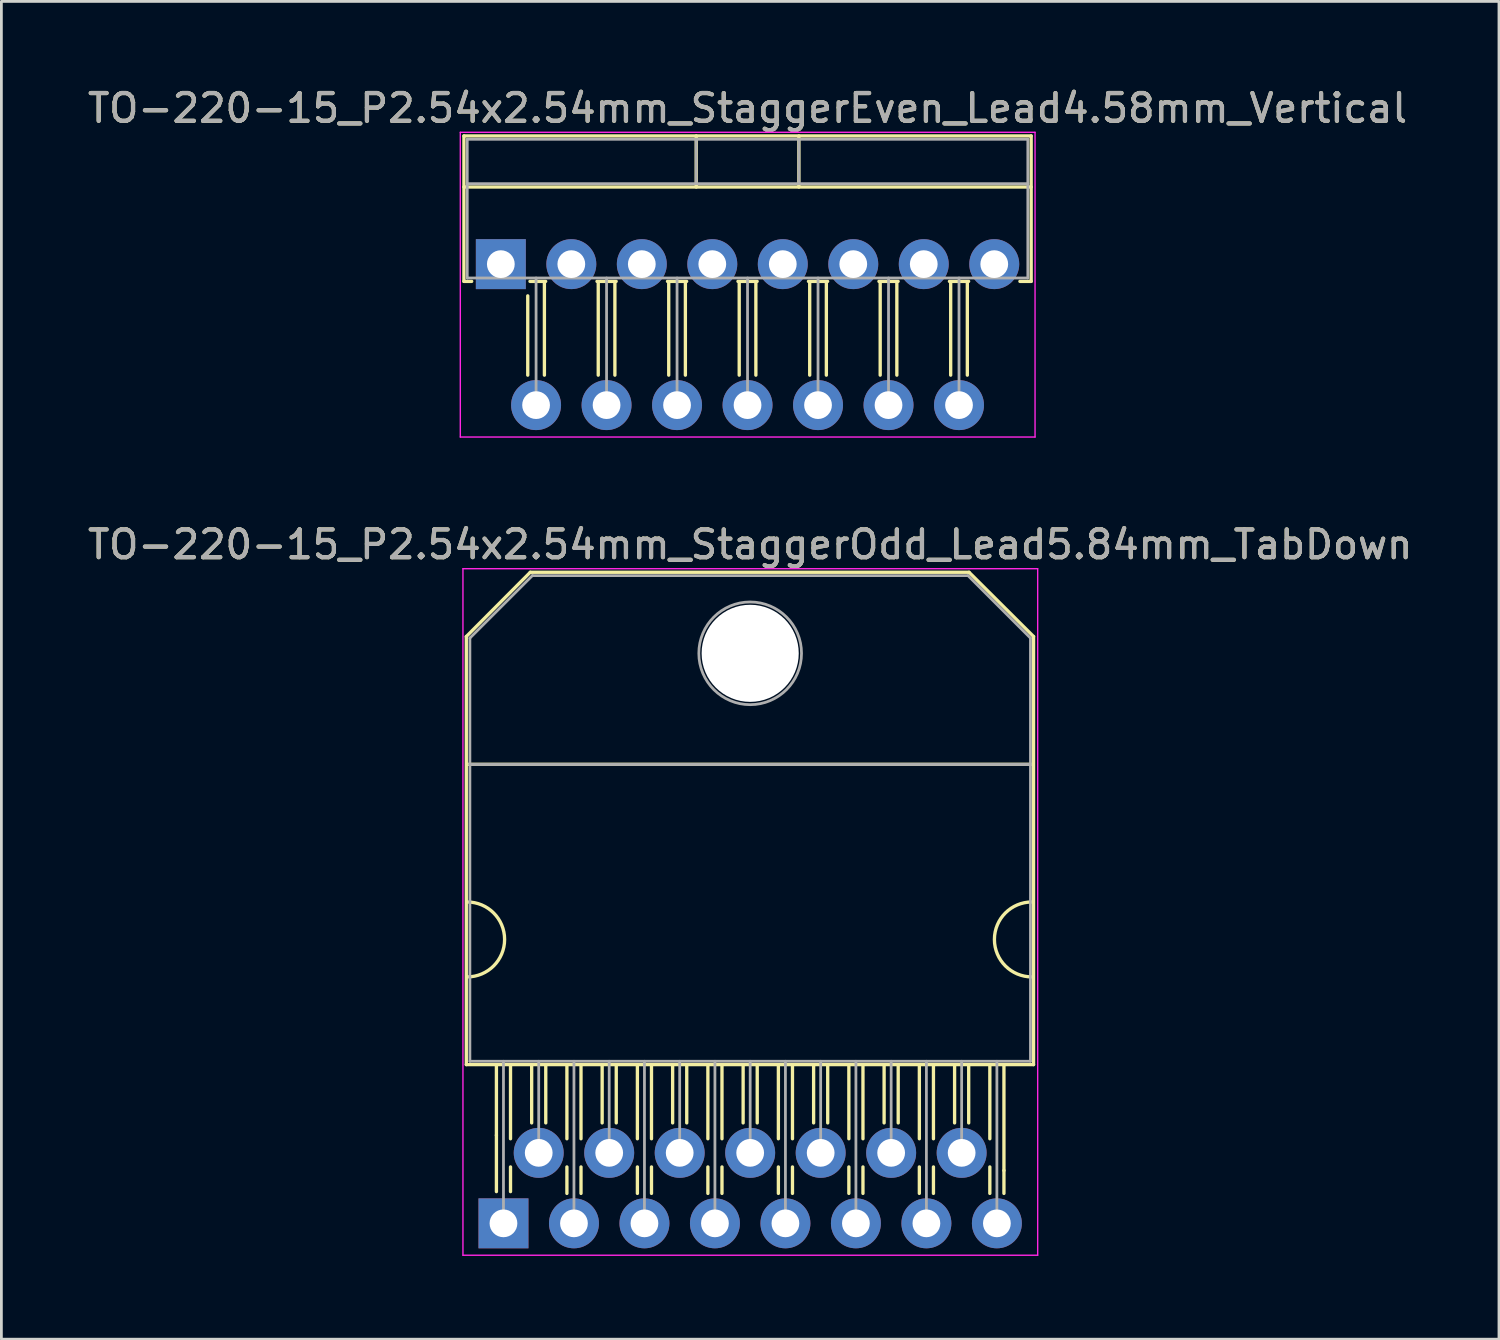
<source format=kicad_pcb>
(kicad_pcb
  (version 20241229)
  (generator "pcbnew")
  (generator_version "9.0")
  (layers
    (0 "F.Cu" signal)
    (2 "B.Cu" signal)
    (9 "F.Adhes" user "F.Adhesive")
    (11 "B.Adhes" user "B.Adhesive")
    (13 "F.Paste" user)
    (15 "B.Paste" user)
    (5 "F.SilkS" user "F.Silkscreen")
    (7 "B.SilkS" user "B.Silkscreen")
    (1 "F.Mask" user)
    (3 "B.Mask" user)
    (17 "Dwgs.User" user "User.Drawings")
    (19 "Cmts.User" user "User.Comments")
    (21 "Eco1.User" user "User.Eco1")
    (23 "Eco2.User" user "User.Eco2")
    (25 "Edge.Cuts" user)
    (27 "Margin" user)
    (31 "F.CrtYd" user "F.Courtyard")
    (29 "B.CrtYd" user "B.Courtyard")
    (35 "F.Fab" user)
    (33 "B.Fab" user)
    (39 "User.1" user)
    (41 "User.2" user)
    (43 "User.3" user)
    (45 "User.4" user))
  (footprint "TO-220-15_P2.54x2.54mm_StaggerEven_Lead4.58mm_Vertical"
    (layer "F.Cu")
    (at 14.997 6.468)
    (property "Reference" "TO-220-15_P2.54x2.54mm_StaggerEven_Lead4.58mm_Vertical" (at 8.89 -5.62 0) (layer "F.SilkS") (effects (font (size 1 1) (thickness 0.15))))
    (attr through_hole)
    (fp_line (start -1.33 -4.62) (end -1.33 0.621) (stroke (width 0.12) (type solid)) (layer "F.SilkS"))
    (fp_line (start -1.33 -4.62) (end 19.11 -4.62) (stroke (width 0.12) (type solid)) (layer "F.SilkS"))
    (fp_line (start -1.33 -2.78) (end 19.11 -2.78) (stroke (width 0.12) (type solid)) (layer "F.SilkS"))
    (fp_line (start -1.33 0.621) (end -1.05 0.621) (stroke (width 0.12) (type solid)) (layer "F.SilkS"))
    (fp_line (start 0.97 4) (end 0.97 1.143) (stroke (width 0.12) (type solid)) (layer "F.SilkS"))
    (fp_line (start 1.05 0.621) (end 1.616 0.621) (stroke (width 0.12) (type solid)) (layer "F.SilkS"))
    (fp_line (start 1.57 4) (end 1.57 0.635) (stroke (width 0.12) (type solid)) (layer "F.SilkS"))
    (fp_line (start 3.465 0.621) (end 4.156 0.621) (stroke (width 0.12) (type solid)) (layer "F.SilkS"))
    (fp_line (start 3.51 4) (end 3.51 0.635) (stroke (width 0.12) (type solid)) (layer "F.SilkS"))
    (fp_line (start 4.11 4) (end 4.11 0.635) (stroke (width 0.12) (type solid)) (layer "F.SilkS"))
    (fp_line (start 6.005 0.621) (end 6.696 0.621) (stroke (width 0.12) (type solid)) (layer "F.SilkS"))
    (fp_line (start 6.05 4) (end 6.05 0.635) (stroke (width 0.12) (type solid)) (layer "F.SilkS"))
    (fp_line (start 6.65 4) (end 6.65 0.635) (stroke (width 0.12) (type solid)) (layer "F.SilkS"))
    (fp_line (start 7.041 -4.62) (end 7.041 -2.78) (stroke (width 0.12) (type solid)) (layer "F.SilkS"))
    (fp_line (start 8.545 0.621) (end 9.236 0.621) (stroke (width 0.12) (type solid)) (layer "F.SilkS"))
    (fp_line (start 8.59 4) (end 8.59 0.635) (stroke (width 0.12) (type solid)) (layer "F.SilkS"))
    (fp_line (start 9.19 4) (end 9.19 0.635) (stroke (width 0.12) (type solid)) (layer "F.SilkS"))
    (fp_line (start 10.74 -4.62) (end 10.74 -2.78) (stroke (width 0.12) (type solid)) (layer "F.SilkS"))
    (fp_line (start 11.085 0.621) (end 11.776 0.621) (stroke (width 0.12) (type solid)) (layer "F.SilkS"))
    (fp_line (start 11.13 4) (end 11.13 0.635) (stroke (width 0.12) (type solid)) (layer "F.SilkS"))
    (fp_line (start 11.73 4) (end 11.73 0.635) (stroke (width 0.12) (type solid)) (layer "F.SilkS"))
    (fp_line (start 13.625 0.621) (end 14.316 0.621) (stroke (width 0.12) (type solid)) (layer "F.SilkS"))
    (fp_line (start 13.67 4) (end 13.67 0.635) (stroke (width 0.12) (type solid)) (layer "F.SilkS"))
    (fp_line (start 14.27 4) (end 14.27 0.635) (stroke (width 0.12) (type solid)) (layer "F.SilkS"))
    (fp_line (start 16.165 0.621) (end 16.856 0.621) (stroke (width 0.12) (type solid)) (layer "F.SilkS"))
    (fp_line (start 16.21 4) (end 16.21 0.635) (stroke (width 0.12) (type solid)) (layer "F.SilkS"))
    (fp_line (start 16.81 4) (end 16.81 0.635) (stroke (width 0.12) (type solid)) (layer "F.SilkS"))
    (fp_line (start 18.705 0.621) (end 19.11 0.621) (stroke (width 0.12) (type solid)) (layer "F.SilkS"))
    (fp_line (start 19.11 -4.62) (end 19.11 0.621) (stroke (width 0.12) (type solid)) (layer "F.SilkS"))
    (fp_line (start -1.46 -4.75) (end -1.46 6.23) (stroke (width 0.05) (type solid)) (layer "F.CrtYd"))
    (fp_line (start -1.46 6.23) (end 19.25 6.23) (stroke (width 0.05) (type solid)) (layer "F.CrtYd"))
    (fp_line (start 19.25 -4.75) (end -1.46 -4.75) (stroke (width 0.05) (type solid)) (layer "F.CrtYd"))
    (fp_line (start 19.25 6.23) (end 19.25 -4.75) (stroke (width 0.05) (type solid)) (layer "F.CrtYd"))
    (fp_line (start -1.21 -4.5) (end -1.21 0.5) (stroke (width 0.1) (type solid)) (layer "F.Fab"))
    (fp_line (start -1.21 -2.9) (end 18.99 -2.9) (stroke (width 0.1) (type solid)) (layer "F.Fab"))
    (fp_line (start -1.21 0.5) (end 18.99 0.5) (stroke (width 0.1) (type solid)) (layer "F.Fab"))
    (fp_line (start 1.27 0.5) (end 1.27 5.08) (stroke (width 0.1) (type solid)) (layer "F.Fab"))
    (fp_line (start 3.81 0.5) (end 3.81 5.08) (stroke (width 0.1) (type solid)) (layer "F.Fab"))
    (fp_line (start 6.35 0.5) (end 6.35 5.08) (stroke (width 0.1) (type solid)) (layer "F.Fab"))
    (fp_line (start 7.04 -4.5) (end 7.04 -2.9) (stroke (width 0.1) (type solid)) (layer "F.Fab"))
    (fp_line (start 8.89 0.5) (end 8.89 5.08) (stroke (width 0.1) (type solid)) (layer "F.Fab"))
    (fp_line (start 10.74 -4.5) (end 10.74 -2.9) (stroke (width 0.1) (type solid)) (layer "F.Fab"))
    (fp_line (start 11.43 0.5) (end 11.43 5.08) (stroke (width 0.1) (type solid)) (layer "F.Fab"))
    (fp_line (start 13.97 0.5) (end 13.97 5.08) (stroke (width 0.1) (type solid)) (layer "F.Fab"))
    (fp_line (start 16.51 0.5) (end 16.51 5.08) (stroke (width 0.1) (type solid)) (layer "F.Fab"))
    (fp_line (start 18.99 -4.5) (end -1.21 -4.5) (stroke (width 0.1) (type solid)) (layer "F.Fab"))
    (fp_line (start 18.99 0.5) (end 18.99 -4.5) (stroke (width 0.1) (type solid)) (layer "F.Fab"))
    (fp_text user "${REFERENCE}" (at 8.89 -5.62 0) (layer "F.Fab") (effects (font (size 1 1) (thickness 0.15))))
    (pad "1" thru_hole rect (at 0 0) (size 1.8 1.8) (drill 1) (layers "*.Cu" "*.Mask"))
    (pad "2" thru_hole oval (at 1.27 5.08) (size 1.8 1.8) (drill 1) (layers "*.Cu" "*.Mask"))
    (pad "3" thru_hole oval (at 2.54 0) (size 1.8 1.8) (drill 1) (layers "*.Cu" "*.Mask"))
    (pad "4" thru_hole oval (at 3.81 5.08) (size 1.8 1.8) (drill 1) (layers "*.Cu" "*.Mask"))
    (pad "5" thru_hole oval (at 5.08 0) (size 1.8 1.8) (drill 1) (layers "*.Cu" "*.Mask"))
    (pad "6" thru_hole oval (at 6.35 5.08) (size 1.8 1.8) (drill 1) (layers "*.Cu" "*.Mask"))
    (pad "7" thru_hole oval (at 7.62 0) (size 1.8 1.8) (drill 1) (layers "*.Cu" "*.Mask"))
    (pad "8" thru_hole oval (at 8.89 5.08) (size 1.8 1.8) (drill 1) (layers "*.Cu" "*.Mask"))
    (pad "9" thru_hole oval (at 10.16 0) (size 1.8 1.8) (drill 1) (layers "*.Cu" "*.Mask"))
    (pad "10" thru_hole oval (at 11.43 5.08) (size 1.8 1.8) (drill 1) (layers "*.Cu" "*.Mask"))
    (pad "11" thru_hole oval (at 12.7 0) (size 1.8 1.8) (drill 1) (layers "*.Cu" "*.Mask"))
    (pad "12" thru_hole oval (at 13.97 5.08) (size 1.8 1.8) (drill 1) (layers "*.Cu" "*.Mask"))
    (pad "13" thru_hole oval (at 15.24 0) (size 1.8 1.8) (drill 1) (layers "*.Cu" "*.Mask"))
    (pad "14" thru_hole oval (at 16.51 5.08) (size 1.8 1.8) (drill 1) (layers "*.Cu" "*.Mask"))
    (pad "15" thru_hole oval (at 17.78 0) (size 1.8 1.8) (drill 1) (layers "*.Cu" "*.Mask")))
  (footprint "TO-220-15_P2.54x2.54mm_StaggerOdd_Lead5.84mm_TabDown"
    (layer "F.Cu")
    (at 15.092 41.032)
    (property "Reference" "TO-220-15_P2.54x2.54mm_StaggerOdd_Lead5.84mm_TabDown" (at 8.89 -24.46 0) (layer "F.SilkS") (effects (font (size 1 1) (thickness 0.15))))
    (attr through_hole)
    (fp_line (start -1.339 -21.145) (end -1.339 -5.72) (stroke (width 0.12) (type solid)) (layer "F.SilkS"))
    (fp_line (start -1.339 -21.145) (end 0.966 -23.46) (stroke (width 0.12) (type solid)) (layer "F.SilkS"))
    (fp_line (start -1.339 -5.72) (end 19.101 -5.72) (stroke (width 0.12) (type solid)) (layer "F.SilkS"))
    (fp_line (start -1.309 -16.54) (end 19.041 -16.54) (stroke (width 0.12) (type solid)) (layer "F.SilkS"))
    (fp_line (start -0.254 -5.715) (end -0.254 -3.175) (stroke (width 0.12) (type solid)) (layer "F.SilkS"))
    (fp_line (start -0.254 -3.175) (end -0.254 -1.143) (stroke (width 0.12) (type solid)) (layer "F.SilkS"))
    (fp_line (start 0.254 -5.715) (end 0.254 -3.048) (stroke (width 0.12) (type solid)) (layer "F.SilkS"))
    (fp_line (start 0.254 -2.032) (end 0.254 -1.143) (stroke (width 0.12) (type solid)) (layer "F.SilkS"))
    (fp_line (start 0.966 -23.46) (end 16.777 -23.46) (stroke (width 0.12) (type solid)) (layer "F.SilkS"))
    (fp_line (start 1.016 -5.715) (end 1.016 -3.619) (stroke (width 0.12) (type solid)) (layer "F.SilkS"))
    (fp_line (start 1.524 -5.715) (end 1.524 -3.619) (stroke (width 0.12) (type solid)) (layer "F.SilkS"))
    (fp_line (start 2.286 -5.715) (end 2.286 -3.048) (stroke (width 0.12) (type solid)) (layer "F.SilkS"))
    (fp_line (start 2.286 -2.032) (end 2.286 -1.079) (stroke (width 0.12) (type solid)) (layer "F.SilkS"))
    (fp_line (start 2.794 -5.715) (end 2.794 -3.048) (stroke (width 0.12) (type solid)) (layer "F.SilkS"))
    (fp_line (start 2.794 -2.032) (end 2.794 -1.079) (stroke (width 0.12) (type solid)) (layer "F.SilkS"))
    (fp_line (start 3.556 -5.715) (end 3.556 -3.619) (stroke (width 0.12) (type solid)) (layer "F.SilkS"))
    (fp_line (start 4.064 -5.715) (end 4.064 -3.619) (stroke (width 0.12) (type solid)) (layer "F.SilkS"))
    (fp_line (start 4.826 -5.715) (end 4.826 -3.048) (stroke (width 0.12) (type solid)) (layer "F.SilkS"))
    (fp_line (start 4.826 -2.032) (end 4.826 -1.079) (stroke (width 0.12) (type solid)) (layer "F.SilkS"))
    (fp_line (start 5.334 -5.715) (end 5.334 -3.048) (stroke (width 0.12) (type solid)) (layer "F.SilkS"))
    (fp_line (start 5.334 -2.032) (end 5.334 -1.079) (stroke (width 0.12) (type solid)) (layer "F.SilkS"))
    (fp_line (start 6.096 -5.715) (end 6.096 -3.619) (stroke (width 0.12) (type solid)) (layer "F.SilkS"))
    (fp_line (start 6.604 -5.715) (end 6.604 -3.619) (stroke (width 0.12) (type solid)) (layer "F.SilkS"))
    (fp_line (start 7.366 -5.715) (end 7.366 -3.048) (stroke (width 0.12) (type solid)) (layer "F.SilkS"))
    (fp_line (start 7.366 -2.032) (end 7.366 -1.079) (stroke (width 0.12) (type solid)) (layer "F.SilkS"))
    (fp_line (start 7.874 -5.715) (end 7.874 -3.048) (stroke (width 0.12) (type solid)) (layer "F.SilkS"))
    (fp_line (start 7.874 -2.032) (end 7.874 -1.079) (stroke (width 0.12) (type solid)) (layer "F.SilkS"))
    (fp_line (start 8.636 -5.715) (end 8.636 -3.619) (stroke (width 0.12) (type solid)) (layer "F.SilkS"))
    (fp_line (start 9.144 -5.715) (end 9.144 -3.619) (stroke (width 0.12) (type solid)) (layer "F.SilkS"))
    (fp_line (start 9.906 -5.715) (end 9.906 -3.048) (stroke (width 0.12) (type solid)) (layer "F.SilkS"))
    (fp_line (start 9.906 -2.032) (end 9.906 -1.079) (stroke (width 0.12) (type solid)) (layer "F.SilkS"))
    (fp_line (start 10.414 -5.715) (end 10.414 -3.048) (stroke (width 0.12) (type solid)) (layer "F.SilkS"))
    (fp_line (start 10.414 -2.032) (end 10.414 -1.079) (stroke (width 0.12) (type solid)) (layer "F.SilkS"))
    (fp_line (start 11.176 -5.715) (end 11.176 -3.619) (stroke (width 0.12) (type solid)) (layer "F.SilkS"))
    (fp_line (start 11.684 -5.715) (end 11.684 -3.619) (stroke (width 0.12) (type solid)) (layer "F.SilkS"))
    (fp_line (start 12.446 -5.715) (end 12.446 -3.048) (stroke (width 0.12) (type solid)) (layer "F.SilkS"))
    (fp_line (start 12.446 -2.032) (end 12.446 -1.079) (stroke (width 0.12) (type solid)) (layer "F.SilkS"))
    (fp_line (start 12.954 -5.715) (end 12.954 -3.048) (stroke (width 0.12) (type solid)) (layer "F.SilkS"))
    (fp_line (start 12.954 -2.032) (end 12.954 -1.079) (stroke (width 0.12) (type solid)) (layer "F.SilkS"))
    (fp_line (start 13.716 -5.715) (end 13.716 -3.619) (stroke (width 0.12) (type solid)) (layer "F.SilkS"))
    (fp_line (start 14.224 -5.715) (end 14.224 -3.619) (stroke (width 0.12) (type solid)) (layer "F.SilkS"))
    (fp_line (start 14.986 -5.715) (end 14.986 -3.048) (stroke (width 0.12) (type solid)) (layer "F.SilkS"))
    (fp_line (start 14.986 -2.032) (end 14.986 -1.079) (stroke (width 0.12) (type solid)) (layer "F.SilkS"))
    (fp_line (start 15.494 -5.715) (end 15.494 -3.048) (stroke (width 0.12) (type solid)) (layer "F.SilkS"))
    (fp_line (start 15.494 -2.032) (end 15.494 -1.079) (stroke (width 0.12) (type solid)) (layer "F.SilkS"))
    (fp_line (start 16.256 -5.715) (end 16.256 -3.619) (stroke (width 0.12) (type solid)) (layer "F.SilkS"))
    (fp_line (start 16.764 -5.715) (end 16.764 -3.619) (stroke (width 0.12) (type solid)) (layer "F.SilkS"))
    (fp_line (start 17.526 -5.715) (end 17.526 -3.048) (stroke (width 0.12) (type solid)) (layer "F.SilkS"))
    (fp_line (start 17.526 -2.032) (end 17.526 -1.079) (stroke (width 0.12) (type solid)) (layer "F.SilkS"))
    (fp_line (start 18.034 -5.715) (end 18.034 -1.905) (stroke (width 0.12) (type solid)) (layer "F.SilkS"))
    (fp_line (start 18.034 -1.905) (end 18.034 -1.079) (stroke (width 0.12) (type solid)) (layer "F.SilkS"))
    (fp_line (start 19.101 -21.145) (end 16.777 -23.46) (stroke (width 0.12) (type solid)) (layer "F.SilkS"))
    (fp_line (start 19.101 -21.145) (end 19.101 -5.72) (stroke (width 0.12) (type solid)) (layer "F.SilkS"))
    (fp_arc (start -1.309 -11.58) (mid 0.041 -10.23) (end -1.309 -8.88) (stroke (width 0.12) (type solid)) (layer "F.SilkS"))
    (fp_arc (start 19.041 -8.88) (mid 17.691 -10.23) (end 19.041 -11.58) (stroke (width 0.12) (type solid)) (layer "F.SilkS"))
    (fp_line (start -1.46 -23.59) (end -1.46 1.15) (stroke (width 0.05) (type solid)) (layer "F.CrtYd"))
    (fp_line (start -1.46 1.15) (end 19.25 1.15) (stroke (width 0.05) (type solid)) (layer "F.CrtYd"))
    (fp_line (start 19.25 -23.59) (end -1.46 -23.59) (stroke (width 0.05) (type solid)) (layer "F.CrtYd"))
    (fp_line (start 19.25 1.15) (end 19.25 -23.59) (stroke (width 0.05) (type solid)) (layer "F.CrtYd"))
    (fp_line (start -1.21 -21.09) (end 1.041 -23.34) (stroke (width 0.1) (type solid)) (layer "F.Fab"))
    (fp_line (start -1.21 -16.54) (end -1.21 -21.09) (stroke (width 0.1) (type solid)) (layer "F.Fab"))
    (fp_line (start -1.21 -16.54) (end 18.99 -16.54) (stroke (width 0.1) (type solid)) (layer "F.Fab"))
    (fp_line (start -1.21 -5.84) (end -1.21 -16.54) (stroke (width 0.1) (type solid)) (layer "F.Fab"))
    (fp_line (start 0 -5.84) (end 0 0) (stroke (width 0.1) (type solid)) (layer "F.Fab"))
    (fp_line (start 1.041 -23.34) (end 16.74 -23.34) (stroke (width 0.1) (type solid)) (layer "F.Fab"))
    (fp_line (start 1.27 -5.84) (end 1.27 -2.54) (stroke (width 0.1) (type solid)) (layer "F.Fab"))
    (fp_line (start 2.54 -5.84) (end 2.54 0) (stroke (width 0.1) (type solid)) (layer "F.Fab"))
    (fp_line (start 3.81 -5.84) (end 3.81 -2.54) (stroke (width 0.1) (type solid)) (layer "F.Fab"))
    (fp_line (start 5.08 -5.84) (end 5.08 0) (stroke (width 0.1) (type solid)) (layer "F.Fab"))
    (fp_line (start 6.35 -5.84) (end 6.35 -2.54) (stroke (width 0.1) (type solid)) (layer "F.Fab"))
    (fp_line (start 7.62 -5.84) (end 7.62 0) (stroke (width 0.1) (type solid)) (layer "F.Fab"))
    (fp_line (start 8.89 -5.84) (end 8.89 -2.54) (stroke (width 0.1) (type solid)) (layer "F.Fab"))
    (fp_line (start 10.16 -5.84) (end 10.16 0) (stroke (width 0.1) (type solid)) (layer "F.Fab"))
    (fp_line (start 11.43 -5.84) (end 11.43 -2.54) (stroke (width 0.1) (type solid)) (layer "F.Fab"))
    (fp_line (start 12.7 -5.84) (end 12.7 0) (stroke (width 0.1) (type solid)) (layer "F.Fab"))
    (fp_line (start 13.97 -5.84) (end 13.97 -2.54) (stroke (width 0.1) (type solid)) (layer "F.Fab"))
    (fp_line (start 15.24 -5.84) (end 15.24 0) (stroke (width 0.1) (type solid)) (layer "F.Fab"))
    (fp_line (start 16.51 -5.84) (end 16.51 -2.54) (stroke (width 0.1) (type solid)) (layer "F.Fab"))
    (fp_line (start 16.74 -23.34) (end 18.99 -21.09) (stroke (width 0.1) (type solid)) (layer "F.Fab"))
    (fp_line (start 17.78 -5.84) (end 17.78 0) (stroke (width 0.1) (type solid)) (layer "F.Fab"))
    (fp_line (start 18.99 -21.09) (end 18.99 -16.54) (stroke (width 0.1) (type solid)) (layer "F.Fab"))
    (fp_line (start 18.99 -16.54) (end -1.21 -16.54) (stroke (width 0.1) (type solid)) (layer "F.Fab"))
    (fp_line (start 18.99 -16.54) (end 18.99 -5.84) (stroke (width 0.1) (type solid)) (layer "F.Fab"))
    (fp_line (start 18.99 -5.84) (end -1.21 -5.84) (stroke (width 0.1) (type solid)) (layer "F.Fab"))
    (fp_circle (center 8.89 -20.54) (end 10.74 -20.54) (stroke (width 0.1) (type solid)) (fill no) (layer "F.Fab"))
    (fp_text user "${REFERENCE}" (at 8.89 -24.46 0) (layer "F.Fab") (effects (font (size 1 1) (thickness 0.15))))
    (pad "" np_thru_hole oval (at 8.89 -20.54) (size 3.5 3.5) (drill 3.5) (layers "*.Cu" "*.Mask"))
    (pad "1" thru_hole rect (at 0 0) (size 1.8 1.8) (drill 1) (layers "*.Cu" "*.Mask"))
    (pad "2" thru_hole oval (at 1.27 -2.54) (size 1.8 1.8) (drill 1) (layers "*.Cu" "*.Mask"))
    (pad "3" thru_hole oval (at 2.54 0) (size 1.8 1.8) (drill 1) (layers "*.Cu" "*.Mask"))
    (pad "4" thru_hole oval (at 3.81 -2.54) (size 1.8 1.8) (drill 1) (layers "*.Cu" "*.Mask"))
    (pad "5" thru_hole oval (at 5.08 0) (size 1.8 1.8) (drill 1) (layers "*.Cu" "*.Mask"))
    (pad "6" thru_hole oval (at 6.35 -2.54) (size 1.8 1.8) (drill 1) (layers "*.Cu" "*.Mask"))
    (pad "7" thru_hole oval (at 7.62 0) (size 1.8 1.8) (drill 1) (layers "*.Cu" "*.Mask"))
    (pad "8" thru_hole oval (at 8.89 -2.54) (size 1.8 1.8) (drill 1) (layers "*.Cu" "*.Mask"))
    (pad "9" thru_hole oval (at 10.16 0) (size 1.8 1.8) (drill 1) (layers "*.Cu" "*.Mask"))
    (pad "10" thru_hole oval (at 11.43 -2.54) (size 1.8 1.8) (drill 1) (layers "*.Cu" "*.Mask"))
    (pad "11" thru_hole oval (at 12.7 0) (size 1.8 1.8) (drill 1) (layers "*.Cu" "*.Mask"))
    (pad "12" thru_hole oval (at 13.97 -2.54) (size 1.8 1.8) (drill 1) (layers "*.Cu" "*.Mask"))
    (pad "13" thru_hole oval (at 15.24 0) (size 1.8 1.8) (drill 1) (layers "*.Cu" "*.Mask"))
    (pad "14" thru_hole oval (at 16.51 -2.54) (size 1.8 1.8) (drill 1) (layers "*.Cu" "*.Mask"))
    (pad "15" thru_hole oval (at 17.78 0) (size 1.8 1.8) (drill 1) (layers "*.Cu" "*.Mask")))
  (gr_rect
    (start -3 -3)
    (end 50.964 45.206)
    (stroke (width 0.1) (type default))
    (fill no)
    (layer "Edge.Cuts")))
</source>
